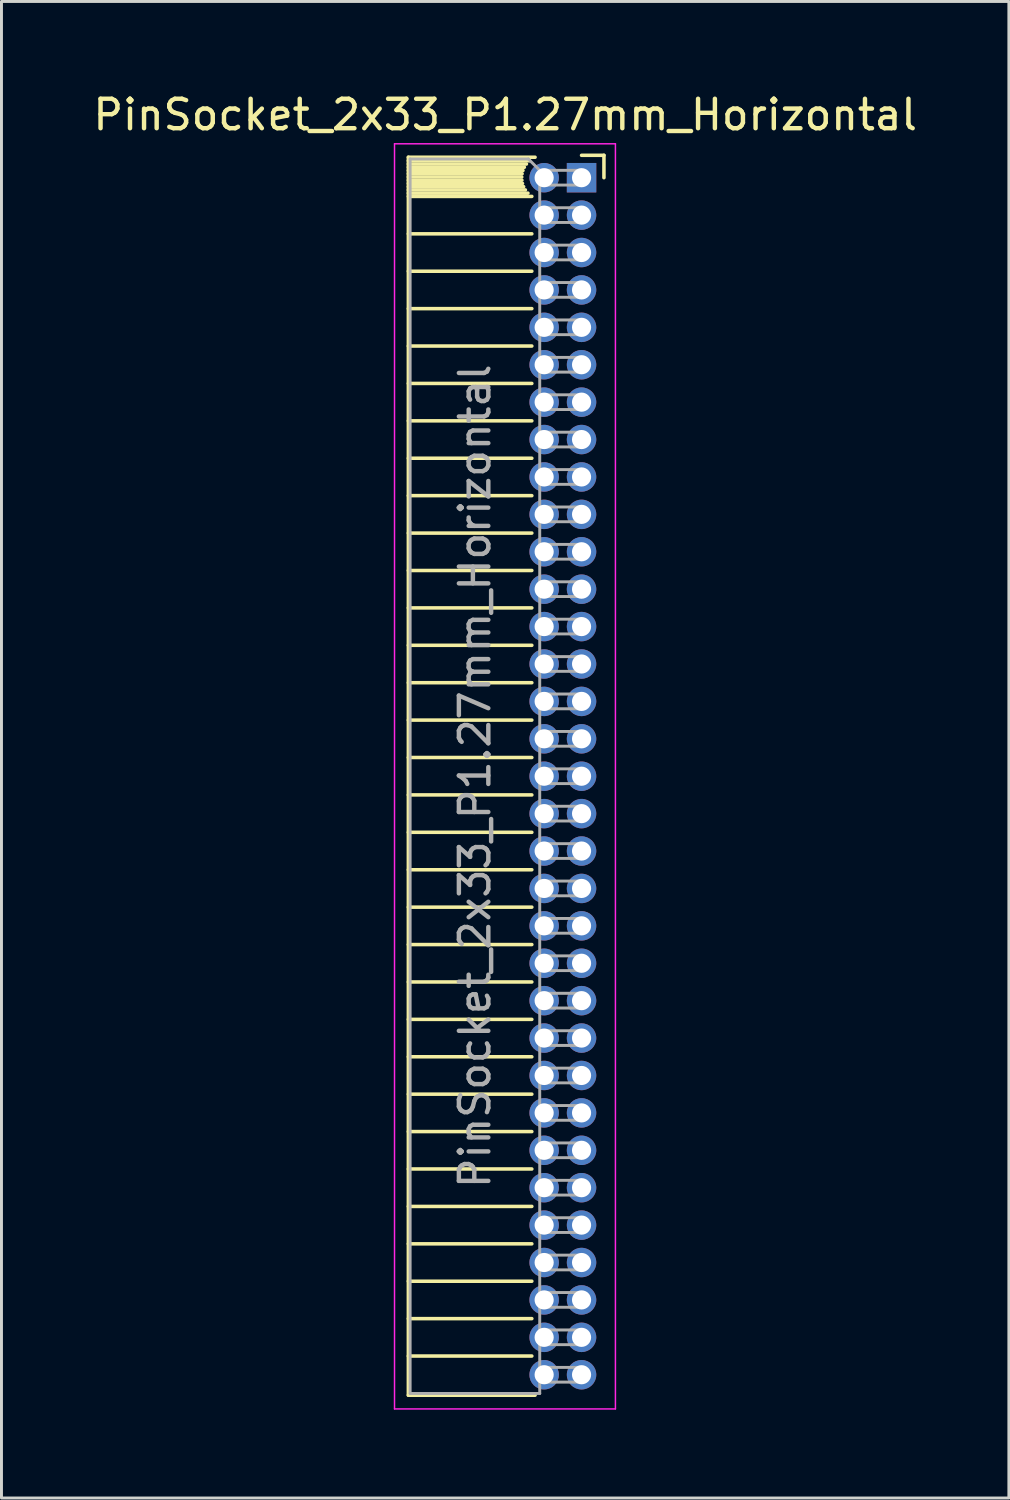
<source format=kicad_pcb>
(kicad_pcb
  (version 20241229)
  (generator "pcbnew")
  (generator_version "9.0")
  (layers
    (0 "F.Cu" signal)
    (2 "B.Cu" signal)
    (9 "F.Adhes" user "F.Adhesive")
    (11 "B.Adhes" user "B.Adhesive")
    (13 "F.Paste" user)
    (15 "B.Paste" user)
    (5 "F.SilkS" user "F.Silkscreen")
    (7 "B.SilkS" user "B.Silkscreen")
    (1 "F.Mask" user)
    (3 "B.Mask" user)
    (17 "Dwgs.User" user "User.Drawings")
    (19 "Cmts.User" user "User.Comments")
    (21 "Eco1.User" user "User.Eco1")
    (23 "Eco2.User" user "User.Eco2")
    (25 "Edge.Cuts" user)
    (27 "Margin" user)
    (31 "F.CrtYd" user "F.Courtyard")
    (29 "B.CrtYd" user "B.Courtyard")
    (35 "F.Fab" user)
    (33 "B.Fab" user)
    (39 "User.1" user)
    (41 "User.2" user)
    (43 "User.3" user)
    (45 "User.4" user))
  (footprint "PinSocket_2x33_P1.27mm_Horizontal"
    (layer "F.Cu")
    (at 16.694 2.983)
    (property "Reference" "PinSocket_2x33_P1.27mm_Horizontal" (at -2.592 -2.135 0) (layer "F.SilkS") (effects (font (size 1 1) (thickness 0.15))))
    (attr through_hole)
    (fp_line (start -5.88 -0.695) (end -5.88 41.335) (stroke (width 0.12) (type solid)) (layer "F.SilkS"))
    (fp_line (start -5.88 -0.695) (end -1.578 -0.695) (stroke (width 0.12) (type solid)) (layer "F.SilkS"))
    (fp_line (start -5.88 -0.575) (end -1.767 -0.575) (stroke (width 0.12) (type solid)) (layer "F.SilkS"))
    (fp_line (start -5.88 -0.465) (end -1.871 -0.465) (stroke (width 0.12) (type solid)) (layer "F.SilkS"))
    (fp_line (start -5.88 -0.355) (end -1.942 -0.355) (stroke (width 0.12) (type solid)) (layer "F.SilkS"))
    (fp_line (start -5.88 -0.245) (end -1.989 -0.245) (stroke (width 0.12) (type solid)) (layer "F.SilkS"))
    (fp_line (start -5.88 -0.135) (end -2.018 -0.135) (stroke (width 0.12) (type solid)) (layer "F.SilkS"))
    (fp_line (start -5.88 -0.025) (end -2.03 -0.025) (stroke (width 0.12) (type solid)) (layer "F.SilkS"))
    (fp_line (start -5.88 0.085) (end -2.025 0.085) (stroke (width 0.12) (type solid)) (layer "F.SilkS"))
    (fp_line (start -5.88 0.195) (end -2.005 0.195) (stroke (width 0.12) (type solid)) (layer "F.SilkS"))
    (fp_line (start -5.88 0.305) (end -1.966 0.305) (stroke (width 0.12) (type solid)) (layer "F.SilkS"))
    (fp_line (start -5.88 0.415) (end -1.907 0.415) (stroke (width 0.12) (type solid)) (layer "F.SilkS"))
    (fp_line (start -5.88 0.525) (end -1.82 0.525) (stroke (width 0.12) (type solid)) (layer "F.SilkS"))
    (fp_line (start -5.88 0.635) (end -1.688 0.635) (stroke (width 0.12) (type solid)) (layer "F.SilkS"))
    (fp_line (start -5.88 1.905) (end -1.688 1.905) (stroke (width 0.12) (type solid)) (layer "F.SilkS"))
    (fp_line (start -5.88 3.175) (end -1.688 3.175) (stroke (width 0.12) (type solid)) (layer "F.SilkS"))
    (fp_line (start -5.88 4.445) (end -1.688 4.445) (stroke (width 0.12) (type solid)) (layer "F.SilkS"))
    (fp_line (start -5.88 5.715) (end -1.688 5.715) (stroke (width 0.12) (type solid)) (layer "F.SilkS"))
    (fp_line (start -5.88 6.985) (end -1.688 6.985) (stroke (width 0.12) (type solid)) (layer "F.SilkS"))
    (fp_line (start -5.88 8.255) (end -1.688 8.255) (stroke (width 0.12) (type solid)) (layer "F.SilkS"))
    (fp_line (start -5.88 9.525) (end -1.688 9.525) (stroke (width 0.12) (type solid)) (layer "F.SilkS"))
    (fp_line (start -5.88 10.795) (end -1.688 10.795) (stroke (width 0.12) (type solid)) (layer "F.SilkS"))
    (fp_line (start -5.88 12.065) (end -1.688 12.065) (stroke (width 0.12) (type solid)) (layer "F.SilkS"))
    (fp_line (start -5.88 13.335) (end -1.688 13.335) (stroke (width 0.12) (type solid)) (layer "F.SilkS"))
    (fp_line (start -5.88 14.605) (end -1.688 14.605) (stroke (width 0.12) (type solid)) (layer "F.SilkS"))
    (fp_line (start -5.88 15.875) (end -1.688 15.875) (stroke (width 0.12) (type solid)) (layer "F.SilkS"))
    (fp_line (start -5.88 17.145) (end -1.688 17.145) (stroke (width 0.12) (type solid)) (layer "F.SilkS"))
    (fp_line (start -5.88 18.415) (end -1.688 18.415) (stroke (width 0.12) (type solid)) (layer "F.SilkS"))
    (fp_line (start -5.88 19.685) (end -1.688 19.685) (stroke (width 0.12) (type solid)) (layer "F.SilkS"))
    (fp_line (start -5.88 20.955) (end -1.688 20.955) (stroke (width 0.12) (type solid)) (layer "F.SilkS"))
    (fp_line (start -5.88 22.225) (end -1.688 22.225) (stroke (width 0.12) (type solid)) (layer "F.SilkS"))
    (fp_line (start -5.88 23.495) (end -1.688 23.495) (stroke (width 0.12) (type solid)) (layer "F.SilkS"))
    (fp_line (start -5.88 24.765) (end -1.688 24.765) (stroke (width 0.12) (type solid)) (layer "F.SilkS"))
    (fp_line (start -5.88 26.035) (end -1.688 26.035) (stroke (width 0.12) (type solid)) (layer "F.SilkS"))
    (fp_line (start -5.88 27.305) (end -1.688 27.305) (stroke (width 0.12) (type solid)) (layer "F.SilkS"))
    (fp_line (start -5.88 28.575) (end -1.688 28.575) (stroke (width 0.12) (type solid)) (layer "F.SilkS"))
    (fp_line (start -5.88 29.845) (end -1.688 29.845) (stroke (width 0.12) (type solid)) (layer "F.SilkS"))
    (fp_line (start -5.88 31.115) (end -1.688 31.115) (stroke (width 0.12) (type solid)) (layer "F.SilkS"))
    (fp_line (start -5.88 32.385) (end -1.688 32.385) (stroke (width 0.12) (type solid)) (layer "F.SilkS"))
    (fp_line (start -5.88 33.655) (end -1.688 33.655) (stroke (width 0.12) (type solid)) (layer "F.SilkS"))
    (fp_line (start -5.88 34.925) (end -1.688 34.925) (stroke (width 0.12) (type solid)) (layer "F.SilkS"))
    (fp_line (start -5.88 36.195) (end -1.688 36.195) (stroke (width 0.12) (type solid)) (layer "F.SilkS"))
    (fp_line (start -5.88 37.465) (end -1.688 37.465) (stroke (width 0.12) (type solid)) (layer "F.SilkS"))
    (fp_line (start -5.88 38.735) (end -1.688 38.735) (stroke (width 0.12) (type solid)) (layer "F.SilkS"))
    (fp_line (start -5.88 40.005) (end -1.688 40.005) (stroke (width 0.12) (type solid)) (layer "F.SilkS"))
    (fp_line (start -5.88 41.335) (end -1.578 41.335) (stroke (width 0.12) (type solid)) (layer "F.SilkS"))
    (fp_line (start 0 -0.76) (end 0.76 -0.76) (stroke (width 0.12) (type solid)) (layer "F.SilkS"))
    (fp_line (start 0.76 -0.76) (end 0.76 0) (stroke (width 0.12) (type solid)) (layer "F.SilkS"))
    (fp_line (start -6.35 -1.15) (end -6.35 41.8) (stroke (width 0.05) (type solid)) (layer "F.CrtYd"))
    (fp_line (start -6.35 41.8) (end 1.15 41.8) (stroke (width 0.05) (type solid)) (layer "F.CrtYd"))
    (fp_line (start 1.15 -1.15) (end -6.35 -1.15) (stroke (width 0.05) (type solid)) (layer "F.CrtYd"))
    (fp_line (start 1.15 41.8) (end 1.15 -1.15) (stroke (width 0.05) (type solid)) (layer "F.CrtYd"))
    (fp_line (start -5.82 -0.635) (end -1.805 -0.635) (stroke (width 0.1) (type solid)) (layer "F.Fab"))
    (fp_line (start -5.82 41.275) (end -5.82 -0.635) (stroke (width 0.1) (type solid)) (layer "F.Fab"))
    (fp_line (start -1.805 -0.635) (end -1.42 -0.25) (stroke (width 0.1) (type solid)) (layer "F.Fab"))
    (fp_line (start -1.42 -0.25) (end -1.42 41.275) (stroke (width 0.1) (type solid)) (layer "F.Fab"))
    (fp_line (start -1.42 0.25) (end 0 0.25) (stroke (width 0.1) (type solid)) (layer "F.Fab"))
    (fp_line (start -1.42 1.52) (end 0 1.52) (stroke (width 0.1) (type solid)) (layer "F.Fab"))
    (fp_line (start -1.42 2.79) (end 0 2.79) (stroke (width 0.1) (type solid)) (layer "F.Fab"))
    (fp_line (start -1.42 4.06) (end 0 4.06) (stroke (width 0.1) (type solid)) (layer "F.Fab"))
    (fp_line (start -1.42 5.33) (end 0 5.33) (stroke (width 0.1) (type solid)) (layer "F.Fab"))
    (fp_line (start -1.42 6.6) (end 0 6.6) (stroke (width 0.1) (type solid)) (layer "F.Fab"))
    (fp_line (start -1.42 7.87) (end 0 7.87) (stroke (width 0.1) (type solid)) (layer "F.Fab"))
    (fp_line (start -1.42 9.14) (end 0 9.14) (stroke (width 0.1) (type solid)) (layer "F.Fab"))
    (fp_line (start -1.42 10.41) (end 0 10.41) (stroke (width 0.1) (type solid)) (layer "F.Fab"))
    (fp_line (start -1.42 11.68) (end 0 11.68) (stroke (width 0.1) (type solid)) (layer "F.Fab"))
    (fp_line (start -1.42 12.95) (end 0 12.95) (stroke (width 0.1) (type solid)) (layer "F.Fab"))
    (fp_line (start -1.42 14.22) (end 0 14.22) (stroke (width 0.1) (type solid)) (layer "F.Fab"))
    (fp_line (start -1.42 15.49) (end 0 15.49) (stroke (width 0.1) (type solid)) (layer "F.Fab"))
    (fp_line (start -1.42 16.76) (end 0 16.76) (stroke (width 0.1) (type solid)) (layer "F.Fab"))
    (fp_line (start -1.42 18.03) (end 0 18.03) (stroke (width 0.1) (type solid)) (layer "F.Fab"))
    (fp_line (start -1.42 19.3) (end 0 19.3) (stroke (width 0.1) (type solid)) (layer "F.Fab"))
    (fp_line (start -1.42 20.57) (end 0 20.57) (stroke (width 0.1) (type solid)) (layer "F.Fab"))
    (fp_line (start -1.42 21.84) (end 0 21.84) (stroke (width 0.1) (type solid)) (layer "F.Fab"))
    (fp_line (start -1.42 23.11) (end 0 23.11) (stroke (width 0.1) (type solid)) (layer "F.Fab"))
    (fp_line (start -1.42 24.38) (end 0 24.38) (stroke (width 0.1) (type solid)) (layer "F.Fab"))
    (fp_line (start -1.42 25.65) (end 0 25.65) (stroke (width 0.1) (type solid)) (layer "F.Fab"))
    (fp_line (start -1.42 26.92) (end 0 26.92) (stroke (width 0.1) (type solid)) (layer "F.Fab"))
    (fp_line (start -1.42 28.19) (end 0 28.19) (stroke (width 0.1) (type solid)) (layer "F.Fab"))
    (fp_line (start -1.42 29.46) (end 0 29.46) (stroke (width 0.1) (type solid)) (layer "F.Fab"))
    (fp_line (start -1.42 30.73) (end 0 30.73) (stroke (width 0.1) (type solid)) (layer "F.Fab"))
    (fp_line (start -1.42 32) (end 0 32) (stroke (width 0.1) (type solid)) (layer "F.Fab"))
    (fp_line (start -1.42 33.27) (end 0 33.27) (stroke (width 0.1) (type solid)) (layer "F.Fab"))
    (fp_line (start -1.42 34.54) (end 0 34.54) (stroke (width 0.1) (type solid)) (layer "F.Fab"))
    (fp_line (start -1.42 35.81) (end 0 35.81) (stroke (width 0.1) (type solid)) (layer "F.Fab"))
    (fp_line (start -1.42 37.08) (end 0 37.08) (stroke (width 0.1) (type solid)) (layer "F.Fab"))
    (fp_line (start -1.42 38.35) (end 0 38.35) (stroke (width 0.1) (type solid)) (layer "F.Fab"))
    (fp_line (start -1.42 39.62) (end 0 39.62) (stroke (width 0.1) (type solid)) (layer "F.Fab"))
    (fp_line (start -1.42 40.89) (end 0 40.89) (stroke (width 0.1) (type solid)) (layer "F.Fab"))
    (fp_line (start -1.42 41.275) (end -5.82 41.275) (stroke (width 0.1) (type solid)) (layer "F.Fab"))
    (fp_line (start 0 -0.25) (end -1.42 -0.25) (stroke (width 0.1) (type solid)) (layer "F.Fab"))
    (fp_line (start 0 0.25) (end 0 -0.25) (stroke (width 0.1) (type solid)) (layer "F.Fab"))
    (fp_line (start 0 1.02) (end -1.42 1.02) (stroke (width 0.1) (type solid)) (layer "F.Fab"))
    (fp_line (start 0 1.52) (end 0 1.02) (stroke (width 0.1) (type solid)) (layer "F.Fab"))
    (fp_line (start 0 2.29) (end -1.42 2.29) (stroke (width 0.1) (type solid)) (layer "F.Fab"))
    (fp_line (start 0 2.79) (end 0 2.29) (stroke (width 0.1) (type solid)) (layer "F.Fab"))
    (fp_line (start 0 3.56) (end -1.42 3.56) (stroke (width 0.1) (type solid)) (layer "F.Fab"))
    (fp_line (start 0 4.06) (end 0 3.56) (stroke (width 0.1) (type solid)) (layer "F.Fab"))
    (fp_line (start 0 4.83) (end -1.42 4.83) (stroke (width 0.1) (type solid)) (layer "F.Fab"))
    (fp_line (start 0 5.33) (end 0 4.83) (stroke (width 0.1) (type solid)) (layer "F.Fab"))
    (fp_line (start 0 6.1) (end -1.42 6.1) (stroke (width 0.1) (type solid)) (layer "F.Fab"))
    (fp_line (start 0 6.6) (end 0 6.1) (stroke (width 0.1) (type solid)) (layer "F.Fab"))
    (fp_line (start 0 7.37) (end -1.42 7.37) (stroke (width 0.1) (type solid)) (layer "F.Fab"))
    (fp_line (start 0 7.87) (end 0 7.37) (stroke (width 0.1) (type solid)) (layer "F.Fab"))
    (fp_line (start 0 8.64) (end -1.42 8.64) (stroke (width 0.1) (type solid)) (layer "F.Fab"))
    (fp_line (start 0 9.14) (end 0 8.64) (stroke (width 0.1) (type solid)) (layer "F.Fab"))
    (fp_line (start 0 9.91) (end -1.42 9.91) (stroke (width 0.1) (type solid)) (layer "F.Fab"))
    (fp_line (start 0 10.41) (end 0 9.91) (stroke (width 0.1) (type solid)) (layer "F.Fab"))
    (fp_line (start 0 11.18) (end -1.42 11.18) (stroke (width 0.1) (type solid)) (layer "F.Fab"))
    (fp_line (start 0 11.68) (end 0 11.18) (stroke (width 0.1) (type solid)) (layer "F.Fab"))
    (fp_line (start 0 12.45) (end -1.42 12.45) (stroke (width 0.1) (type solid)) (layer "F.Fab"))
    (fp_line (start 0 12.95) (end 0 12.45) (stroke (width 0.1) (type solid)) (layer "F.Fab"))
    (fp_line (start 0 13.72) (end -1.42 13.72) (stroke (width 0.1) (type solid)) (layer "F.Fab"))
    (fp_line (start 0 14.22) (end 0 13.72) (stroke (width 0.1) (type solid)) (layer "F.Fab"))
    (fp_line (start 0 14.99) (end -1.42 14.99) (stroke (width 0.1) (type solid)) (layer "F.Fab"))
    (fp_line (start 0 15.49) (end 0 14.99) (stroke (width 0.1) (type solid)) (layer "F.Fab"))
    (fp_line (start 0 16.26) (end -1.42 16.26) (stroke (width 0.1) (type solid)) (layer "F.Fab"))
    (fp_line (start 0 16.76) (end 0 16.26) (stroke (width 0.1) (type solid)) (layer "F.Fab"))
    (fp_line (start 0 17.53) (end -1.42 17.53) (stroke (width 0.1) (type solid)) (layer "F.Fab"))
    (fp_line (start 0 18.03) (end 0 17.53) (stroke (width 0.1) (type solid)) (layer "F.Fab"))
    (fp_line (start 0 18.8) (end -1.42 18.8) (stroke (width 0.1) (type solid)) (layer "F.Fab"))
    (fp_line (start 0 19.3) (end 0 18.8) (stroke (width 0.1) (type solid)) (layer "F.Fab"))
    (fp_line (start 0 20.07) (end -1.42 20.07) (stroke (width 0.1) (type solid)) (layer "F.Fab"))
    (fp_line (start 0 20.57) (end 0 20.07) (stroke (width 0.1) (type solid)) (layer "F.Fab"))
    (fp_line (start 0 21.34) (end -1.42 21.34) (stroke (width 0.1) (type solid)) (layer "F.Fab"))
    (fp_line (start 0 21.84) (end 0 21.34) (stroke (width 0.1) (type solid)) (layer "F.Fab"))
    (fp_line (start 0 22.61) (end -1.42 22.61) (stroke (width 0.1) (type solid)) (layer "F.Fab"))
    (fp_line (start 0 23.11) (end 0 22.61) (stroke (width 0.1) (type solid)) (layer "F.Fab"))
    (fp_line (start 0 23.88) (end -1.42 23.88) (stroke (width 0.1) (type solid)) (layer "F.Fab"))
    (fp_line (start 0 24.38) (end 0 23.88) (stroke (width 0.1) (type solid)) (layer "F.Fab"))
    (fp_line (start 0 25.15) (end -1.42 25.15) (stroke (width 0.1) (type solid)) (layer "F.Fab"))
    (fp_line (start 0 25.65) (end 0 25.15) (stroke (width 0.1) (type solid)) (layer "F.Fab"))
    (fp_line (start 0 26.42) (end -1.42 26.42) (stroke (width 0.1) (type solid)) (layer "F.Fab"))
    (fp_line (start 0 26.92) (end 0 26.42) (stroke (width 0.1) (type solid)) (layer "F.Fab"))
    (fp_line (start 0 27.69) (end -1.42 27.69) (stroke (width 0.1) (type solid)) (layer "F.Fab"))
    (fp_line (start 0 28.19) (end 0 27.69) (stroke (width 0.1) (type solid)) (layer "F.Fab"))
    (fp_line (start 0 28.96) (end -1.42 28.96) (stroke (width 0.1) (type solid)) (layer "F.Fab"))
    (fp_line (start 0 29.46) (end 0 28.96) (stroke (width 0.1) (type solid)) (layer "F.Fab"))
    (fp_line (start 0 30.23) (end -1.42 30.23) (stroke (width 0.1) (type solid)) (layer "F.Fab"))
    (fp_line (start 0 30.73) (end 0 30.23) (stroke (width 0.1) (type solid)) (layer "F.Fab"))
    (fp_line (start 0 31.5) (end -1.42 31.5) (stroke (width 0.1) (type solid)) (layer "F.Fab"))
    (fp_line (start 0 32) (end 0 31.5) (stroke (width 0.1) (type solid)) (layer "F.Fab"))
    (fp_line (start 0 32.77) (end -1.42 32.77) (stroke (width 0.1) (type solid)) (layer "F.Fab"))
    (fp_line (start 0 33.27) (end 0 32.77) (stroke (width 0.1) (type solid)) (layer "F.Fab"))
    (fp_line (start 0 34.04) (end -1.42 34.04) (stroke (width 0.1) (type solid)) (layer "F.Fab"))
    (fp_line (start 0 34.54) (end 0 34.04) (stroke (width 0.1) (type solid)) (layer "F.Fab"))
    (fp_line (start 0 35.31) (end -1.42 35.31) (stroke (width 0.1) (type solid)) (layer "F.Fab"))
    (fp_line (start 0 35.81) (end 0 35.31) (stroke (width 0.1) (type solid)) (layer "F.Fab"))
    (fp_line (start 0 36.58) (end -1.42 36.58) (stroke (width 0.1) (type solid)) (layer "F.Fab"))
    (fp_line (start 0 37.08) (end 0 36.58) (stroke (width 0.1) (type solid)) (layer "F.Fab"))
    (fp_line (start 0 37.85) (end -1.42 37.85) (stroke (width 0.1) (type solid)) (layer "F.Fab"))
    (fp_line (start 0 38.35) (end 0 37.85) (stroke (width 0.1) (type solid)) (layer "F.Fab"))
    (fp_line (start 0 39.12) (end -1.42 39.12) (stroke (width 0.1) (type solid)) (layer "F.Fab"))
    (fp_line (start 0 39.62) (end 0 39.12) (stroke (width 0.1) (type solid)) (layer "F.Fab"))
    (fp_line (start 0 40.39) (end -1.42 40.39) (stroke (width 0.1) (type solid)) (layer "F.Fab"))
    (fp_line (start 0 40.89) (end 0 40.39) (stroke (width 0.1) (type solid)) (layer "F.Fab"))
    (fp_text user "${REFERENCE}" (at -3.62 20.32 90) (layer "F.Fab") (effects (font (size 1 1) (thickness 0.15))))
    (pad "1" thru_hole rect (at 0 0) (size 1 1) (drill 0.65) (layers "*.Cu" "*.Mask"))
    (pad "2" thru_hole circle (at -1.27 0) (size 1 1) (drill 0.65) (layers "*.Cu" "*.Mask"))
    (pad "3" thru_hole circle (at 0 1.27) (size 1 1) (drill 0.65) (layers "*.Cu" "*.Mask"))
    (pad "4" thru_hole circle (at -1.27 1.27) (size 1 1) (drill 0.65) (layers "*.Cu" "*.Mask"))
    (pad "5" thru_hole circle (at 0 2.54) (size 1 1) (drill 0.65) (layers "*.Cu" "*.Mask"))
    (pad "6" thru_hole circle (at -1.27 2.54) (size 1 1) (drill 0.65) (layers "*.Cu" "*.Mask"))
    (pad "7" thru_hole circle (at 0 3.81) (size 1 1) (drill 0.65) (layers "*.Cu" "*.Mask"))
    (pad "8" thru_hole circle (at -1.27 3.81) (size 1 1) (drill 0.65) (layers "*.Cu" "*.Mask"))
    (pad "9" thru_hole circle (at 0 5.08) (size 1 1) (drill 0.65) (layers "*.Cu" "*.Mask"))
    (pad "10" thru_hole circle (at -1.27 5.08) (size 1 1) (drill 0.65) (layers "*.Cu" "*.Mask"))
    (pad "11" thru_hole circle (at 0 6.35) (size 1 1) (drill 0.65) (layers "*.Cu" "*.Mask"))
    (pad "12" thru_hole circle (at -1.27 6.35) (size 1 1) (drill 0.65) (layers "*.Cu" "*.Mask"))
    (pad "13" thru_hole circle (at 0 7.62) (size 1 1) (drill 0.65) (layers "*.Cu" "*.Mask"))
    (pad "14" thru_hole circle (at -1.27 7.62) (size 1 1) (drill 0.65) (layers "*.Cu" "*.Mask"))
    (pad "15" thru_hole circle (at 0 8.89) (size 1 1) (drill 0.65) (layers "*.Cu" "*.Mask"))
    (pad "16" thru_hole circle (at -1.27 8.89) (size 1 1) (drill 0.65) (layers "*.Cu" "*.Mask"))
    (pad "17" thru_hole circle (at 0 10.16) (size 1 1) (drill 0.65) (layers "*.Cu" "*.Mask"))
    (pad "18" thru_hole circle (at -1.27 10.16) (size 1 1) (drill 0.65) (layers "*.Cu" "*.Mask"))
    (pad "19" thru_hole circle (at 0 11.43) (size 1 1) (drill 0.65) (layers "*.Cu" "*.Mask"))
    (pad "20" thru_hole circle (at -1.27 11.43) (size 1 1) (drill 0.65) (layers "*.Cu" "*.Mask"))
    (pad "21" thru_hole circle (at 0 12.7) (size 1 1) (drill 0.65) (layers "*.Cu" "*.Mask"))
    (pad "22" thru_hole circle (at -1.27 12.7) (size 1 1) (drill 0.65) (layers "*.Cu" "*.Mask"))
    (pad "23" thru_hole circle (at 0 13.97) (size 1 1) (drill 0.65) (layers "*.Cu" "*.Mask"))
    (pad "24" thru_hole circle (at -1.27 13.97) (size 1 1) (drill 0.65) (layers "*.Cu" "*.Mask"))
    (pad "25" thru_hole circle (at 0 15.24) (size 1 1) (drill 0.65) (layers "*.Cu" "*.Mask"))
    (pad "26" thru_hole circle (at -1.27 15.24) (size 1 1) (drill 0.65) (layers "*.Cu" "*.Mask"))
    (pad "27" thru_hole circle (at 0 16.51) (size 1 1) (drill 0.65) (layers "*.Cu" "*.Mask"))
    (pad "28" thru_hole circle (at -1.27 16.51) (size 1 1) (drill 0.65) (layers "*.Cu" "*.Mask"))
    (pad "29" thru_hole circle (at 0 17.78) (size 1 1) (drill 0.65) (layers "*.Cu" "*.Mask"))
    (pad "30" thru_hole circle (at -1.27 17.78) (size 1 1) (drill 0.65) (layers "*.Cu" "*.Mask"))
    (pad "31" thru_hole circle (at 0 19.05) (size 1 1) (drill 0.65) (layers "*.Cu" "*.Mask"))
    (pad "32" thru_hole circle (at -1.27 19.05) (size 1 1) (drill 0.65) (layers "*.Cu" "*.Mask"))
    (pad "33" thru_hole circle (at 0 20.32) (size 1 1) (drill 0.65) (layers "*.Cu" "*.Mask"))
    (pad "34" thru_hole circle (at -1.27 20.32) (size 1 1) (drill 0.65) (layers "*.Cu" "*.Mask"))
    (pad "35" thru_hole circle (at 0 21.59) (size 1 1) (drill 0.65) (layers "*.Cu" "*.Mask"))
    (pad "36" thru_hole circle (at -1.27 21.59) (size 1 1) (drill 0.65) (layers "*.Cu" "*.Mask"))
    (pad "37" thru_hole circle (at 0 22.86) (size 1 1) (drill 0.65) (layers "*.Cu" "*.Mask"))
    (pad "38" thru_hole circle (at -1.27 22.86) (size 1 1) (drill 0.65) (layers "*.Cu" "*.Mask"))
    (pad "39" thru_hole circle (at 0 24.13) (size 1 1) (drill 0.65) (layers "*.Cu" "*.Mask"))
    (pad "40" thru_hole circle (at -1.27 24.13) (size 1 1) (drill 0.65) (layers "*.Cu" "*.Mask"))
    (pad "41" thru_hole circle (at 0 25.4) (size 1 1) (drill 0.65) (layers "*.Cu" "*.Mask"))
    (pad "42" thru_hole circle (at -1.27 25.4) (size 1 1) (drill 0.65) (layers "*.Cu" "*.Mask"))
    (pad "43" thru_hole circle (at 0 26.67) (size 1 1) (drill 0.65) (layers "*.Cu" "*.Mask"))
    (pad "44" thru_hole circle (at -1.27 26.67) (size 1 1) (drill 0.65) (layers "*.Cu" "*.Mask"))
    (pad "45" thru_hole circle (at 0 27.94) (size 1 1) (drill 0.65) (layers "*.Cu" "*.Mask"))
    (pad "46" thru_hole circle (at -1.27 27.94) (size 1 1) (drill 0.65) (layers "*.Cu" "*.Mask"))
    (pad "47" thru_hole circle (at 0 29.21) (size 1 1) (drill 0.65) (layers "*.Cu" "*.Mask"))
    (pad "48" thru_hole circle (at -1.27 29.21) (size 1 1) (drill 0.65) (layers "*.Cu" "*.Mask"))
    (pad "49" thru_hole circle (at 0 30.48) (size 1 1) (drill 0.65) (layers "*.Cu" "*.Mask"))
    (pad "50" thru_hole circle (at -1.27 30.48) (size 1 1) (drill 0.65) (layers "*.Cu" "*.Mask"))
    (pad "51" thru_hole circle (at 0 31.75) (size 1 1) (drill 0.65) (layers "*.Cu" "*.Mask"))
    (pad "52" thru_hole circle (at -1.27 31.75) (size 1 1) (drill 0.65) (layers "*.Cu" "*.Mask"))
    (pad "53" thru_hole circle (at 0 33.02) (size 1 1) (drill 0.65) (layers "*.Cu" "*.Mask"))
    (pad "54" thru_hole circle (at -1.27 33.02) (size 1 1) (drill 0.65) (layers "*.Cu" "*.Mask"))
    (pad "55" thru_hole circle (at 0 34.29) (size 1 1) (drill 0.65) (layers "*.Cu" "*.Mask"))
    (pad "56" thru_hole circle (at -1.27 34.29) (size 1 1) (drill 0.65) (layers "*.Cu" "*.Mask"))
    (pad "57" thru_hole circle (at 0 35.56) (size 1 1) (drill 0.65) (layers "*.Cu" "*.Mask"))
    (pad "58" thru_hole circle (at -1.27 35.56) (size 1 1) (drill 0.65) (layers "*.Cu" "*.Mask"))
    (pad "59" thru_hole circle (at 0 36.83) (size 1 1) (drill 0.65) (layers "*.Cu" "*.Mask"))
    (pad "60" thru_hole circle (at -1.27 36.83) (size 1 1) (drill 0.65) (layers "*.Cu" "*.Mask"))
    (pad "61" thru_hole circle (at 0 38.1) (size 1 1) (drill 0.65) (layers "*.Cu" "*.Mask"))
    (pad "62" thru_hole circle (at -1.27 38.1) (size 1 1) (drill 0.65) (layers "*.Cu" "*.Mask"))
    (pad "63" thru_hole circle (at 0 39.37) (size 1 1) (drill 0.65) (layers "*.Cu" "*.Mask"))
    (pad "64" thru_hole circle (at -1.27 39.37) (size 1 1) (drill 0.65) (layers "*.Cu" "*.Mask"))
    (pad "65" thru_hole circle (at 0 40.64) (size 1 1) (drill 0.65) (layers "*.Cu" "*.Mask"))
    (pad "66" thru_hole circle (at -1.27 40.64) (size 1 1) (drill 0.65) (layers "*.Cu" "*.Mask")))
  (gr_rect
    (start -3 -3)
    (end 31.202 47.808)
    (stroke (width 0.1) (type default))
    (fill no)
    (layer "Edge.Cuts")))
</source>
